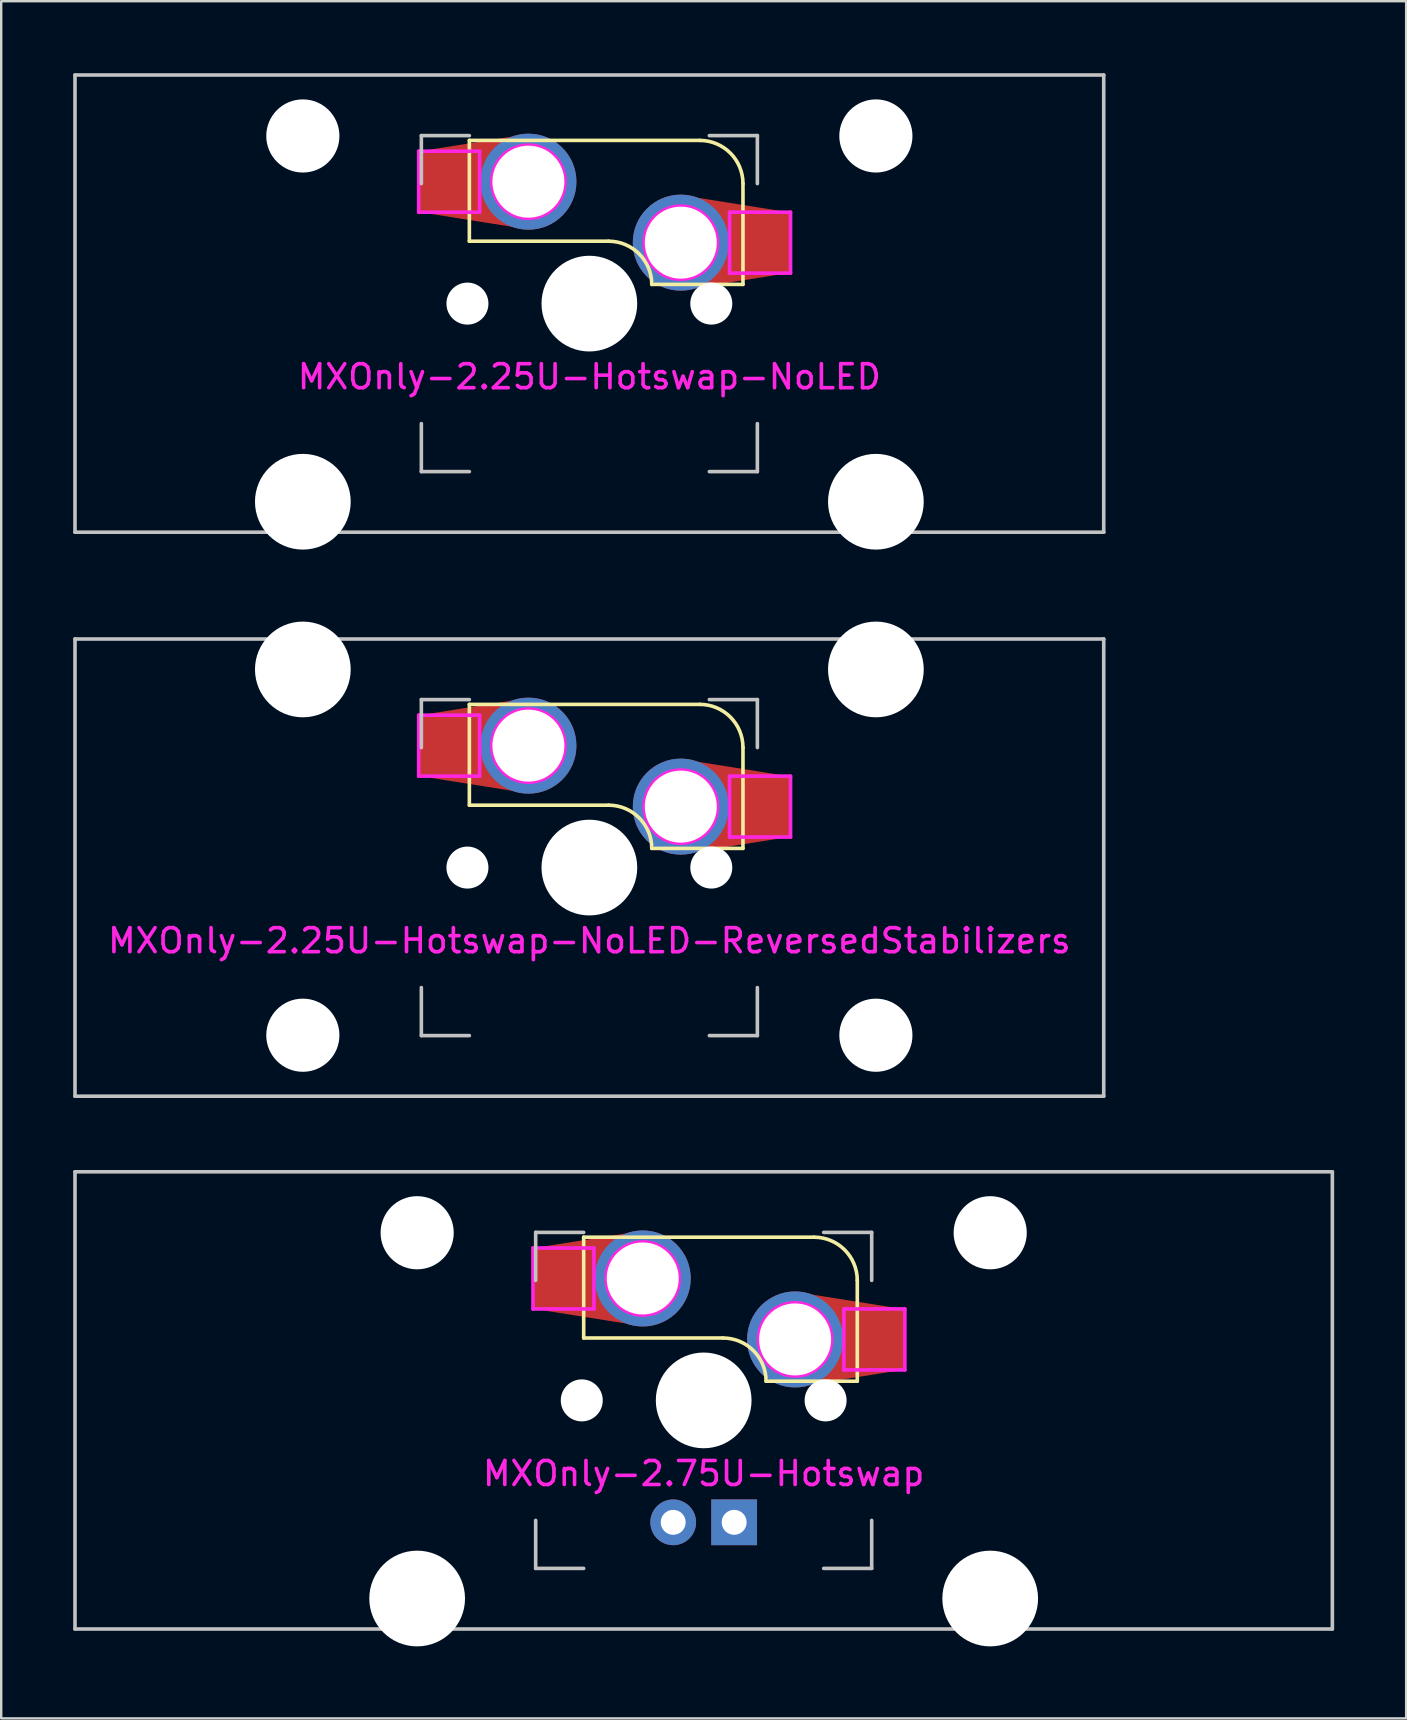
<source format=kicad_pcb>
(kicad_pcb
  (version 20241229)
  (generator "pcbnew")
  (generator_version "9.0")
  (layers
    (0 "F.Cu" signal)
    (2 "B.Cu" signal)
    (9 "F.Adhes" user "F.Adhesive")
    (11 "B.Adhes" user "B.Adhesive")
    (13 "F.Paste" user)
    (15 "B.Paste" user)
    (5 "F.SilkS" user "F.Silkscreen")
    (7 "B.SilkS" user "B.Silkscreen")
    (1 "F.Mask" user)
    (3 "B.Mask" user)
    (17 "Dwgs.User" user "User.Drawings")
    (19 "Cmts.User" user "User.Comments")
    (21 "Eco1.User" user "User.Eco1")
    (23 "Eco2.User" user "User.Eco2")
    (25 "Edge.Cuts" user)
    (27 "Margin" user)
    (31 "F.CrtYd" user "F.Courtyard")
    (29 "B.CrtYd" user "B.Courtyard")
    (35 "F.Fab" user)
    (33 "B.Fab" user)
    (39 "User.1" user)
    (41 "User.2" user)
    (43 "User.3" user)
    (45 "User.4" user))
  (footprint "MXOnly-2.25U-Hotswap-NoLED-ReversedStabilizers"
    (layer "F.Cu")
    (at 21.506 33.098)
    (property "Reference" "MXOnly-2.25U-Hotswap-NoLED-ReversedStabilizers" (at 0 3.048 180) (layer "F.CrtYd") (effects (font (size 1 1) (thickness 0.15))))
    (attr smd)
    (fp_line (start -5 -6.8) (end 4.6 -6.8) (stroke (width 0.15) (type solid)) (layer "F.SilkS"))
    (fp_line (start -5 -2.6) (end -5 -6.8) (stroke (width 0.15) (type solid)) (layer "F.SilkS"))
    (fp_line (start 0.8 -2.6) (end -5 -2.6) (stroke (width 0.15) (type solid)) (layer "F.SilkS"))
    (fp_line (start 6.4 -5) (end 6.4 -0.8) (stroke (width 0.15) (type solid)) (layer "F.SilkS"))
    (fp_line (start 6.4 -0.8) (end 2.6 -0.8) (stroke (width 0.15) (type solid)) (layer "F.SilkS"))
    (fp_arc (start 0.8 -2.6) (mid 2.072792 -2.072792) (end 2.6 -0.8) (stroke (width 0.15) (type solid)) (layer "F.SilkS"))
    (fp_arc (start 4.6 -6.8) (mid 5.872792 -6.272792) (end 6.4 -5) (stroke (width 0.15) (type solid)) (layer "F.SilkS"))
    (fp_poly (pts (xy -5.08 -3.493) (xy -7.112 -3.81) (xy -7.112 -6.35) (xy -5.08 -6.668)) (stroke (width 0.1) (type solid)) (fill yes) (layer "F.Paste"))
    (fp_poly (pts (xy 6.477 -4.064) (xy 8.509 -3.747) (xy 8.509 -1.206) (xy 6.477 -0.889)) (stroke (width 0.1) (type solid)) (fill yes) (layer "F.Paste"))
    (fp_line (start -21.431 -9.525) (end 21.431 -9.525) (stroke (width 0.15) (type solid)) (layer "Dwgs.User"))
    (fp_line (start -21.431 9.525) (end -21.431 -9.525) (stroke (width 0.15) (type solid)) (layer "Dwgs.User"))
    (fp_line (start -7 -7) (end -7 -5) (stroke (width 0.15) (type solid)) (layer "Dwgs.User"))
    (fp_line (start -7 7) (end -7 5) (stroke (width 0.15) (type solid)) (layer "Dwgs.User"))
    (fp_line (start -5 -7) (end -7 -7) (stroke (width 0.15) (type solid)) (layer "Dwgs.User"))
    (fp_line (start -5 7) (end -7 7) (stroke (width 0.15) (type solid)) (layer "Dwgs.User"))
    (fp_line (start 5 -7) (end 7 -7) (stroke (width 0.15) (type solid)) (layer "Dwgs.User"))
    (fp_line (start 7 -7) (end 7 -5) (stroke (width 0.15) (type solid)) (layer "Dwgs.User"))
    (fp_line (start 7 5) (end 7 7) (stroke (width 0.15) (type solid)) (layer "Dwgs.User"))
    (fp_line (start 7 7) (end 5 7) (stroke (width 0.15) (type solid)) (layer "Dwgs.User"))
    (fp_line (start 21.431 -9.525) (end 21.431 9.525) (stroke (width 0.15) (type solid)) (layer "Dwgs.User"))
    (fp_line (start 21.431 9.525) (end -21.431 9.525) (stroke (width 0.15) (type solid)) (layer "Dwgs.User"))
    (fp_line (start -7.112 -6.35) (end -7.112 -3.81) (stroke (width 0.15) (type solid)) (layer "F.CrtYd"))
    (fp_line (start -7.112 -3.81) (end -4.572 -3.81) (stroke (width 0.15) (type solid)) (layer "F.CrtYd"))
    (fp_line (start -4.572 -6.35) (end -7.112 -6.35) (stroke (width 0.15) (type solid)) (layer "F.CrtYd"))
    (fp_line (start -4.572 -3.81) (end -4.572 -6.35) (stroke (width 0.15) (type solid)) (layer "F.CrtYd"))
    (fp_line (start 5.842 -3.81) (end 5.842 -1.27) (stroke (width 0.15) (type solid)) (layer "F.CrtYd"))
    (fp_line (start 5.842 -1.27) (end 8.382 -1.27) (stroke (width 0.15) (type solid)) (layer "F.CrtYd"))
    (fp_line (start 8.382 -3.81) (end 5.842 -3.81) (stroke (width 0.15) (type solid)) (layer "F.CrtYd"))
    (fp_line (start 8.382 -1.27) (end 8.382 -3.81) (stroke (width 0.15) (type solid)) (layer "F.CrtYd"))
    (fp_circle (center -2.54 -5.08) (end -2.54 -6.604) (stroke (width 0.15) (type solid)) (fill no) (layer "F.CrtYd"))
    (fp_circle (center 3.81 -2.54) (end 3.81 -4.064) (stroke (width 0.15) (type solid)) (fill no) (layer "F.CrtYd"))
    (pad "" np_thru_hole circle (at -11.938 -8.255) (size 3.988 3.988) (drill 3.988) (layers "*.Cu" "*.Mask"))
    (pad "" np_thru_hole circle (at -11.938 6.985) (size 3.048 3.048) (drill 3.048) (layers "*.Cu" "*.Mask"))
    (pad "" np_thru_hole circle (at -5.08 0 131.9) (size 1.75 1.75) (drill 1.75) (layers "*.Cu" "*.Mask"))
    (pad "" np_thru_hole circle (at 0 0 180) (size 3.988 3.988) (drill 3.988) (layers "*.Cu" "*.Mask"))
    (pad "" np_thru_hole circle (at 5.08 0 131.9) (size 1.75 1.75) (drill 1.75) (layers "*.Cu" "*.Mask"))
    (pad "" np_thru_hole circle (at 11.938 -8.255) (size 3.988 3.988) (drill 3.988) (layers "*.Cu" "*.Mask"))
    (pad "" np_thru_hole circle (at 11.938 6.985) (size 3.048 3.048) (drill 3.048) (layers "*.Cu" "*.Mask"))
    (pad "1" thru_hole circle (at 3.81 -2.54 180) (size 4 4) (drill 3) (layers "*.Cu" "F.Mask"))
    (pad "1" smd custom (at 7.085 -2.54 180) (size 2.55 2.5) (layers "F.Cu" "F.Mask") (options (anchor rect)) (primitives (gr_poly (pts (xy -1.195 1.219) (xy 3.275 1.93) (xy 3.275 -1.93) (xy -1.195 -1.219)) (width 0.1) (fill yes))))
    (pad "2" smd custom (at -5.841 -5.08 180) (size 2.55 2.5) (layers "F.Cu" "F.Mask") (options (anchor rect)) (primitives (gr_poly (pts (xy 1.219 -1.219) (xy -3.251 -1.93) (xy -3.251 1.93) (xy 1.219 1.219)) (width 0.1) (fill yes))))
    (pad "2" thru_hole circle (at -2.54 -5.08 180) (size 4 4) (drill 3) (layers "*.Cu" "F.Mask")))
  (footprint "MXOnly-2.25U-Hotswap-NoLED"
    (layer "F.Cu")
    (at 21.506 9.6)
    (property "Reference" "MXOnly-2.25U-Hotswap-NoLED" (at 0 3.048 180) (layer "F.CrtYd") (effects (font (size 1 1) (thickness 0.15))))
    (attr smd)
    (fp_line (start -5 -6.8) (end 4.6 -6.8) (stroke (width 0.15) (type solid)) (layer "F.SilkS"))
    (fp_line (start -5 -2.6) (end -5 -6.8) (stroke (width 0.15) (type solid)) (layer "F.SilkS"))
    (fp_line (start 0.8 -2.6) (end -5 -2.6) (stroke (width 0.15) (type solid)) (layer "F.SilkS"))
    (fp_line (start 6.4 -5) (end 6.4 -0.8) (stroke (width 0.15) (type solid)) (layer "F.SilkS"))
    (fp_line (start 6.4 -0.8) (end 2.6 -0.8) (stroke (width 0.15) (type solid)) (layer "F.SilkS"))
    (fp_arc (start 0.8 -2.6) (mid 2.072792 -2.072792) (end 2.6 -0.8) (stroke (width 0.15) (type solid)) (layer "F.SilkS"))
    (fp_arc (start 4.6 -6.8) (mid 5.872792 -6.272792) (end 6.4 -5) (stroke (width 0.15) (type solid)) (layer "F.SilkS"))
    (fp_poly (pts (xy -5.08 -3.493) (xy -7.112 -3.81) (xy -7.112 -6.35) (xy -5.08 -6.668)) (stroke (width 0.1) (type solid)) (fill yes) (layer "F.Paste"))
    (fp_poly (pts (xy 6.477 -4.064) (xy 8.509 -3.747) (xy 8.509 -1.206) (xy 6.477 -0.889)) (stroke (width 0.1) (type solid)) (fill yes) (layer "F.Paste"))
    (fp_line (start -21.431 -9.525) (end 21.431 -9.525) (stroke (width 0.15) (type solid)) (layer "Dwgs.User"))
    (fp_line (start -21.431 9.525) (end -21.431 -9.525) (stroke (width 0.15) (type solid)) (layer "Dwgs.User"))
    (fp_line (start -7 -7) (end -7 -5) (stroke (width 0.15) (type solid)) (layer "Dwgs.User"))
    (fp_line (start -7 7) (end -7 5) (stroke (width 0.15) (type solid)) (layer "Dwgs.User"))
    (fp_line (start -5 -7) (end -7 -7) (stroke (width 0.15) (type solid)) (layer "Dwgs.User"))
    (fp_line (start -5 7) (end -7 7) (stroke (width 0.15) (type solid)) (layer "Dwgs.User"))
    (fp_line (start 5 -7) (end 7 -7) (stroke (width 0.15) (type solid)) (layer "Dwgs.User"))
    (fp_line (start 7 -7) (end 7 -5) (stroke (width 0.15) (type solid)) (layer "Dwgs.User"))
    (fp_line (start 7 5) (end 7 7) (stroke (width 0.15) (type solid)) (layer "Dwgs.User"))
    (fp_line (start 7 7) (end 5 7) (stroke (width 0.15) (type solid)) (layer "Dwgs.User"))
    (fp_line (start 21.431 -9.525) (end 21.431 9.525) (stroke (width 0.15) (type solid)) (layer "Dwgs.User"))
    (fp_line (start 21.431 9.525) (end -21.431 9.525) (stroke (width 0.15) (type solid)) (layer "Dwgs.User"))
    (fp_line (start -7.112 -6.35) (end -7.112 -3.81) (stroke (width 0.15) (type solid)) (layer "F.CrtYd"))
    (fp_line (start -7.112 -3.81) (end -4.572 -3.81) (stroke (width 0.15) (type solid)) (layer "F.CrtYd"))
    (fp_line (start -4.572 -6.35) (end -7.112 -6.35) (stroke (width 0.15) (type solid)) (layer "F.CrtYd"))
    (fp_line (start -4.572 -3.81) (end -4.572 -6.35) (stroke (width 0.15) (type solid)) (layer "F.CrtYd"))
    (fp_line (start 5.842 -3.81) (end 5.842 -1.27) (stroke (width 0.15) (type solid)) (layer "F.CrtYd"))
    (fp_line (start 5.842 -1.27) (end 8.382 -1.27) (stroke (width 0.15) (type solid)) (layer "F.CrtYd"))
    (fp_line (start 8.382 -3.81) (end 5.842 -3.81) (stroke (width 0.15) (type solid)) (layer "F.CrtYd"))
    (fp_line (start 8.382 -1.27) (end 8.382 -3.81) (stroke (width 0.15) (type solid)) (layer "F.CrtYd"))
    (fp_circle (center -2.54 -5.08) (end -2.54 -6.604) (stroke (width 0.15) (type solid)) (fill no) (layer "F.CrtYd"))
    (fp_circle (center 3.81 -2.54) (end 3.81 -4.064) (stroke (width 0.15) (type solid)) (fill no) (layer "F.CrtYd"))
    (pad "" np_thru_hole circle (at -11.938 -6.985) (size 3.048 3.048) (drill 3.048) (layers "*.Cu" "*.Mask"))
    (pad "" np_thru_hole circle (at -11.938 8.255) (size 3.988 3.988) (drill 3.988) (layers "*.Cu" "*.Mask"))
    (pad "" np_thru_hole circle (at -5.08 0 131.9) (size 1.75 1.75) (drill 1.75) (layers "*.Cu" "*.Mask"))
    (pad "" np_thru_hole circle (at 0 0 180) (size 3.988 3.988) (drill 3.988) (layers "*.Cu" "*.Mask"))
    (pad "" np_thru_hole circle (at 5.08 0 131.9) (size 1.75 1.75) (drill 1.75) (layers "*.Cu" "*.Mask"))
    (pad "" np_thru_hole circle (at 11.938 -6.985) (size 3.048 3.048) (drill 3.048) (layers "*.Cu" "*.Mask"))
    (pad "" np_thru_hole circle (at 11.938 8.255) (size 3.988 3.988) (drill 3.988) (layers "*.Cu" "*.Mask"))
    (pad "1" thru_hole circle (at 3.81 -2.54 180) (size 4 4) (drill 3) (layers "*.Cu" "F.Mask"))
    (pad "1" smd custom (at 7.085 -2.54 180) (size 2.55 2.5) (layers "F.Cu" "F.Mask") (options (anchor rect)) (primitives (gr_poly (pts (xy -1.195 1.219) (xy 3.275 1.93) (xy 3.275 -1.93) (xy -1.195 -1.219)) (width 0.1) (fill yes))))
    (pad "2" smd custom (at -5.841 -5.08 180) (size 2.55 2.5) (layers "F.Cu" "F.Mask") (options (anchor rect)) (primitives (gr_poly (pts (xy 1.219 -1.219) (xy -3.251 -1.93) (xy -3.251 1.93) (xy 1.219 1.219)) (width 0.1) (fill yes))))
    (pad "2" thru_hole circle (at -2.54 -5.08 180) (size 4 4) (drill 3) (layers "*.Cu" "F.Mask")))
  (footprint "MXOnly-2.75U-Hotswap"
    (layer "F.Cu")
    (at 26.269 55.298)
    (property "Reference" "MXOnly-2.75U-Hotswap" (at 0 3.048 180) (layer "F.CrtYd") (effects (font (size 1 1) (thickness 0.15))))
    (attr smd)
    (fp_line (start -5 -6.8) (end 4.6 -6.8) (stroke (width 0.15) (type solid)) (layer "F.SilkS"))
    (fp_line (start -5 -2.6) (end -5 -6.8) (stroke (width 0.15) (type solid)) (layer "F.SilkS"))
    (fp_line (start 0.8 -2.6) (end -5 -2.6) (stroke (width 0.15) (type solid)) (layer "F.SilkS"))
    (fp_line (start 6.4 -5) (end 6.4 -0.8) (stroke (width 0.15) (type solid)) (layer "F.SilkS"))
    (fp_line (start 6.4 -0.8) (end 2.6 -0.8) (stroke (width 0.15) (type solid)) (layer "F.SilkS"))
    (fp_arc (start 0.8 -2.6) (mid 2.072792 -2.072792) (end 2.6 -0.8) (stroke (width 0.15) (type solid)) (layer "F.SilkS"))
    (fp_arc (start 4.6 -6.8) (mid 5.872792 -6.272792) (end 6.4 -5) (stroke (width 0.15) (type solid)) (layer "F.SilkS"))
    (fp_poly (pts (xy -5.08 -3.493) (xy -7.112 -3.81) (xy -7.112 -6.35) (xy -5.08 -6.668)) (stroke (width 0.1) (type solid)) (fill yes) (layer "F.Paste"))
    (fp_poly (pts (xy 6.477 -4.064) (xy 8.509 -3.747) (xy 8.509 -1.206) (xy 6.477 -0.889)) (stroke (width 0.1) (type solid)) (fill yes) (layer "F.Paste"))
    (fp_line (start -26.194 -9.525) (end 26.194 -9.525) (stroke (width 0.15) (type solid)) (layer "Dwgs.User"))
    (fp_line (start -26.194 9.525) (end -26.194 -9.525) (stroke (width 0.15) (type solid)) (layer "Dwgs.User"))
    (fp_line (start -7 -7) (end -7 -5) (stroke (width 0.15) (type solid)) (layer "Dwgs.User"))
    (fp_line (start -7 7) (end -7 5) (stroke (width 0.15) (type solid)) (layer "Dwgs.User"))
    (fp_line (start -5 -7) (end -7 -7) (stroke (width 0.15) (type solid)) (layer "Dwgs.User"))
    (fp_line (start -5 7) (end -7 7) (stroke (width 0.15) (type solid)) (layer "Dwgs.User"))
    (fp_line (start 5 -7) (end 7 -7) (stroke (width 0.15) (type solid)) (layer "Dwgs.User"))
    (fp_line (start 7 -7) (end 7 -5) (stroke (width 0.15) (type solid)) (layer "Dwgs.User"))
    (fp_line (start 7 5) (end 7 7) (stroke (width 0.15) (type solid)) (layer "Dwgs.User"))
    (fp_line (start 7 7) (end 5 7) (stroke (width 0.15) (type solid)) (layer "Dwgs.User"))
    (fp_line (start 26.194 -9.525) (end 26.194 9.525) (stroke (width 0.15) (type solid)) (layer "Dwgs.User"))
    (fp_line (start 26.194 9.525) (end -26.194 9.525) (stroke (width 0.15) (type solid)) (layer "Dwgs.User"))
    (fp_line (start -7.112 -6.35) (end -7.112 -3.81) (stroke (width 0.15) (type solid)) (layer "F.CrtYd"))
    (fp_line (start -7.112 -3.81) (end -4.572 -3.81) (stroke (width 0.15) (type solid)) (layer "F.CrtYd"))
    (fp_line (start -4.572 -6.35) (end -7.112 -6.35) (stroke (width 0.15) (type solid)) (layer "F.CrtYd"))
    (fp_line (start -4.572 -3.81) (end -4.572 -6.35) (stroke (width 0.15) (type solid)) (layer "F.CrtYd"))
    (fp_line (start 5.842 -3.81) (end 5.842 -1.27) (stroke (width 0.15) (type solid)) (layer "F.CrtYd"))
    (fp_line (start 5.842 -1.27) (end 8.382 -1.27) (stroke (width 0.15) (type solid)) (layer "F.CrtYd"))
    (fp_line (start 8.382 -3.81) (end 5.842 -3.81) (stroke (width 0.15) (type solid)) (layer "F.CrtYd"))
    (fp_line (start 8.382 -1.27) (end 8.382 -3.81) (stroke (width 0.15) (type solid)) (layer "F.CrtYd"))
    (fp_circle (center -2.54 -5.08) (end -2.54 -6.604) (stroke (width 0.15) (type solid)) (fill no) (layer "F.CrtYd"))
    (fp_circle (center 3.81 -2.54) (end 3.81 -4.064) (stroke (width 0.15) (type solid)) (fill no) (layer "F.CrtYd"))
    (pad "" np_thru_hole circle (at -11.938 -6.985) (size 3.048 3.048) (drill 3.048) (layers "*.Cu" "*.Mask"))
    (pad "" np_thru_hole circle (at -11.938 8.255) (size 3.988 3.988) (drill 3.988) (layers "*.Cu" "*.Mask"))
    (pad "" np_thru_hole circle (at -5.08 0 131.9) (size 1.75 1.75) (drill 1.75) (layers "*.Cu" "*.Mask"))
    (pad "" np_thru_hole circle (at 0 0 180) (size 3.988 3.988) (drill 3.988) (layers "*.Cu" "*.Mask"))
    (pad "" np_thru_hole circle (at 5.08 0 131.9) (size 1.75 1.75) (drill 1.75) (layers "*.Cu" "*.Mask"))
    (pad "" np_thru_hole circle (at 11.938 -6.985) (size 3.048 3.048) (drill 3.048) (layers "*.Cu" "*.Mask"))
    (pad "" np_thru_hole circle (at 11.938 8.255) (size 3.988 3.988) (drill 3.988) (layers "*.Cu" "*.Mask"))
    (pad "1" thru_hole circle (at 3.81 -2.54 180) (size 4 4) (drill 3) (layers "*.Cu" "F.Mask"))
    (pad "1" smd custom (at 7.085 -2.54 180) (size 2.55 2.5) (layers "F.Cu" "F.Mask") (options (anchor rect)) (primitives (gr_poly (pts (xy -1.195 1.219) (xy 3.275 1.93) (xy 3.275 -1.93) (xy -1.195 -1.219)) (width 0.1) (fill yes))))
    (pad "2" smd custom (at -5.841 -5.08 180) (size 2.55 2.5) (layers "F.Cu" "F.Mask") (options (anchor rect)) (primitives (gr_poly (pts (xy 1.219 -1.219) (xy -3.251 -1.93) (xy -3.251 1.93) (xy 1.219 1.219)) (width 0.1) (fill yes))))
    (pad "2" thru_hole circle (at -2.54 -5.08 180) (size 4 4) (drill 3) (layers "*.Cu" "F.Mask"))
    (pad "3" thru_hole circle (at -1.27 5.08) (size 1.905 1.905) (drill 1.04) (layers "*.Cu" "B.Mask"))
    (pad "4" thru_hole rect (at 1.27 5.08) (size 1.905 1.905) (drill 1.04) (layers "*.Cu" "B.Mask")))
  (gr_rect
    (start -3 -3)
    (end 55.538 68.547)
    (stroke (width 0.1) (type default))
    (fill no)
    (layer "Edge.Cuts")))
</source>
